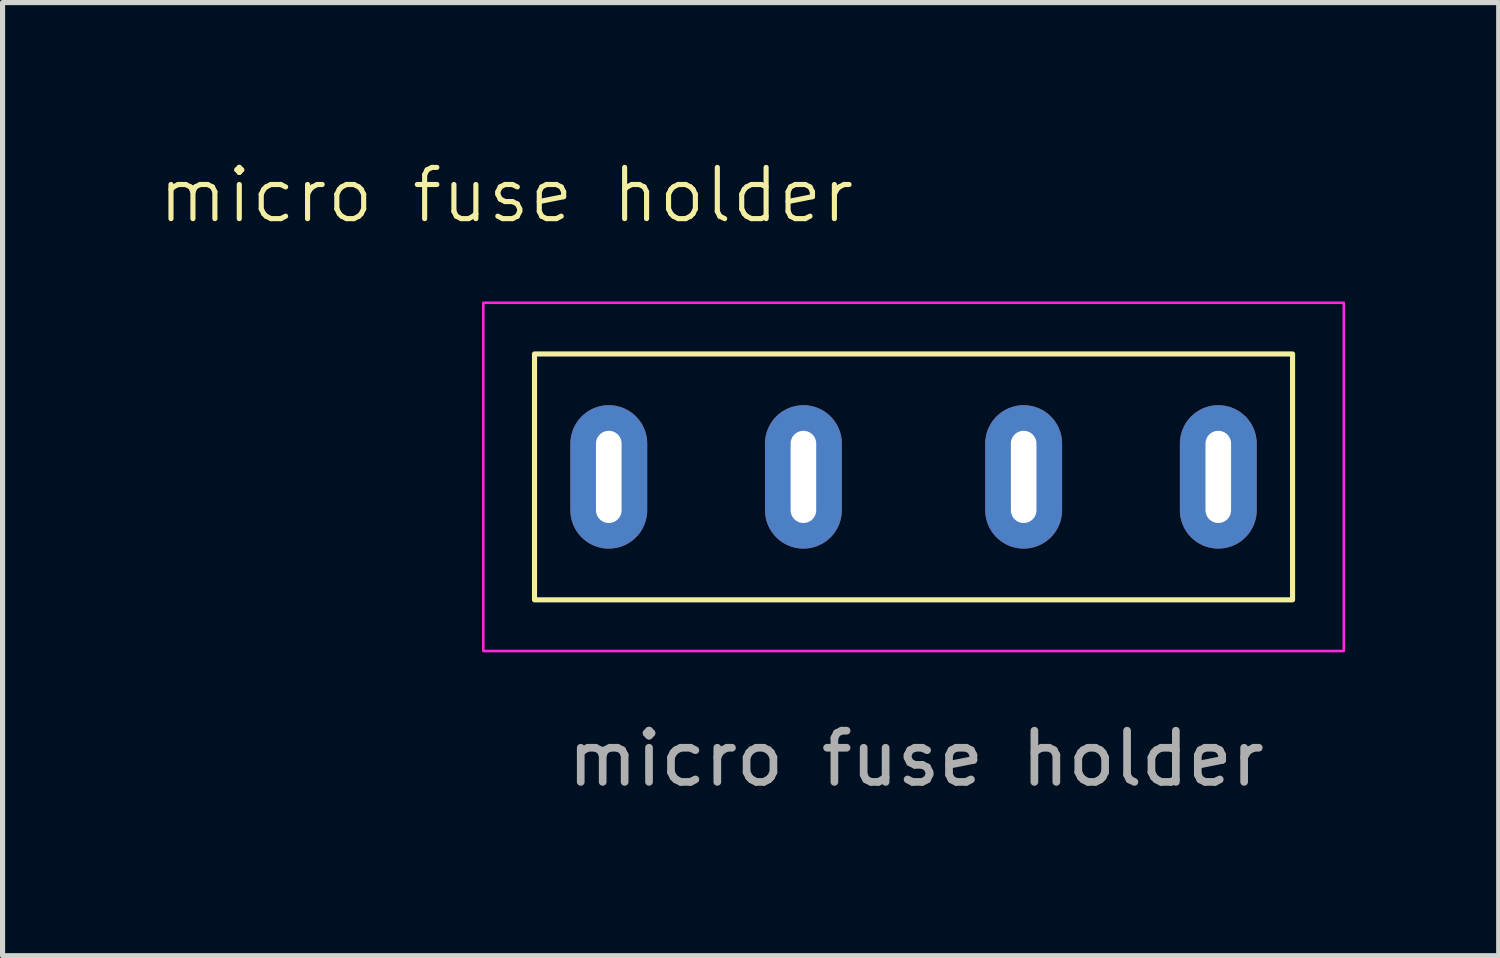
<source format=kicad_pcb>
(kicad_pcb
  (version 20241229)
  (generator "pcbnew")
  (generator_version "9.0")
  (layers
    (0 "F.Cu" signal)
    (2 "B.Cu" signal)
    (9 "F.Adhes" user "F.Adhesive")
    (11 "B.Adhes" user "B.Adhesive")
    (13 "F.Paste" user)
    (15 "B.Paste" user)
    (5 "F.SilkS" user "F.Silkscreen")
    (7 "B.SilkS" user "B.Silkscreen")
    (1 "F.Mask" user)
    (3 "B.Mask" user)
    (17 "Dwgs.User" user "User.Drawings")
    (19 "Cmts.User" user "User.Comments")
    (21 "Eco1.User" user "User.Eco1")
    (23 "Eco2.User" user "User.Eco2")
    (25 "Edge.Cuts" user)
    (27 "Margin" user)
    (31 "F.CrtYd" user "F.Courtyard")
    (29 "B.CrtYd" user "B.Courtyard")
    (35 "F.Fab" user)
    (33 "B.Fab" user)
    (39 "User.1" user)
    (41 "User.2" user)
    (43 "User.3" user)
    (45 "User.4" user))
  (footprint "micro fuse holder"
    (layer "F.Cu")
    (at 8.836 6.261)
    (property "Reference" "micro fuse holder" (at -2 -5.5 0) (unlocked yes) (layer "F.SilkS") (effects (font (size 1 1) (thickness 0.1))))
    (attr smd)
    (fp_rect (start -1.45 -2.4) (end 13.35 2.4) (stroke (width 0.1) (type solid)) (fill no) (layer "F.SilkS"))
    (fp_rect (start -2.45 -3.4) (end 14.35 3.4) (stroke (width 0.05) (type solid)) (fill no) (layer "F.CrtYd"))
    (fp_text user "${REFERENCE}" (at 6 5.5 0) (unlocked yes) (layer "F.Fab") (effects (font (size 1 1) (thickness 0.15))))
    (pad "1" thru_hole oval (at 0 0) (size 1.5 2.8) (drill oval 0.5 1.8) (layers "*.Cu" "*.Mask"))
    (pad "1" thru_hole oval (at 3.8 0) (size 1.5 2.8) (drill oval 0.5 1.8) (layers "*.Cu" "*.Mask"))
    (pad "2" thru_hole oval (at 8.1 0) (size 1.5 2.8) (drill oval 0.5 1.8) (layers "*.Cu" "*.Mask"))
    (pad "2" thru_hole oval (at 11.9 0) (size 1.5 2.8) (drill oval 0.5 1.8) (layers "*.Cu" "*.Mask")))
  (gr_rect
    (start -3 -3)
    (end 26.211 15.609)
    (stroke (width 0.1) (type default))
    (fill no)
    (layer "Edge.Cuts")))
</source>
